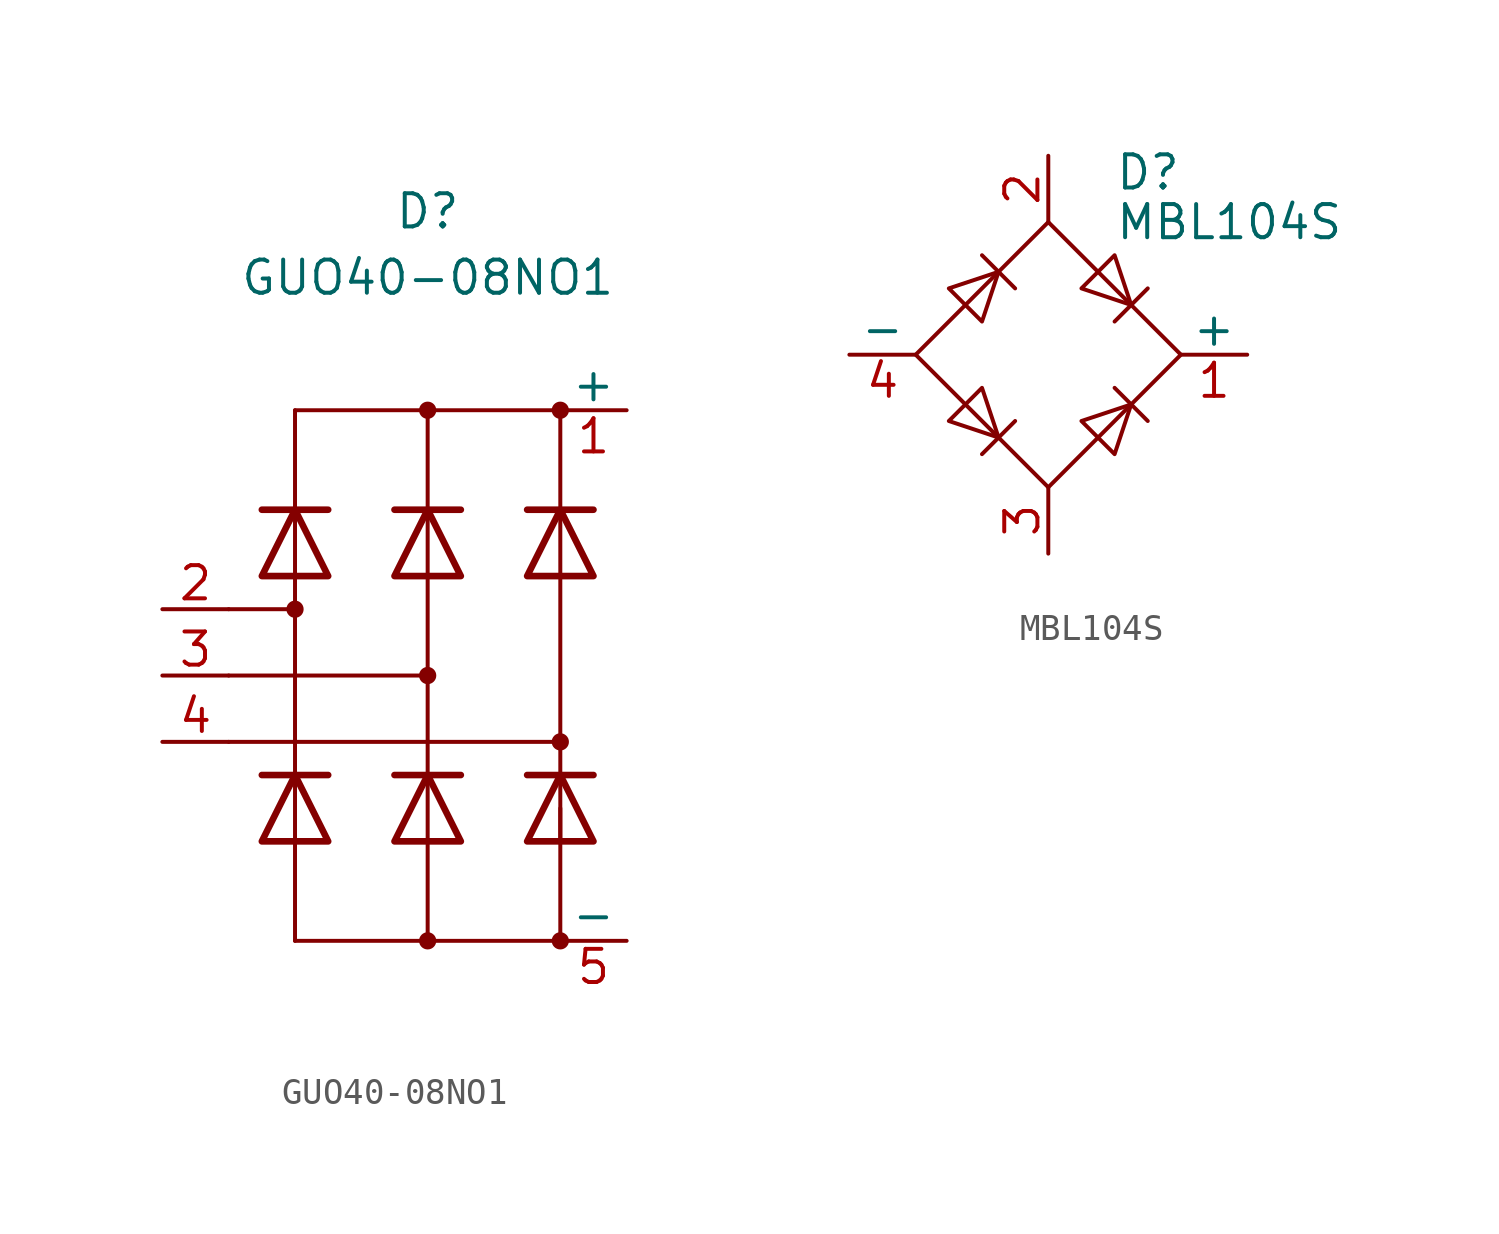
<source format=kicad_sym>
(kicad_symbol_lib
  (version 20201005)
  (generator kicad_symbol_editor)
  (symbol "GUO40-08NO1"
    (pin_names
      (offset 0))
    (property "Reference" "D"
      (at 0 17.78 0)
      (effects (font (size 1.27 1.27))))
    (property "Value" "GUO40-08NO1"
      (at 0 15.24 0)
      (effects (font (size 1.27 1.27))))
    (symbol "GUO40-08NO1_0_1"
      (circle (center -5.08 2.54) (radius 0.254) (stroke (width 0)) (fill (type outline)))
      (circle (center 0 -10.16) (radius 0.254) (stroke (width 0)) (fill (type outline)))
      (circle (center 0 0) (radius 0.254) (stroke (width 0)) (fill (type outline)))
      (circle (center 0 10.16) (radius 0.254) (stroke (width 0)) (fill (type outline)))
      (circle (center 5.08 -10.16) (radius 0.254) (stroke (width 0)) (fill (type outline)))
      (circle (center 5.08 -2.54) (radius 0.254) (stroke (width 0)) (fill (type outline)))
      (circle (center 5.08 10.16) (radius 0.254) (stroke (width 0)) (fill (type outline)))
      (polyline (pts (xy -7.62 -2.54) (xy 5.08 -2.54)) (stroke (width 0)) (fill (type none)))
      (polyline (pts (xy -7.62 0) (xy 0 0)) (stroke (width 0)) (fill (type none)))
      (polyline (pts (xy -7.62 2.54) (xy -5.08 2.54)) (stroke (width 0)) (fill (type none)))
      (polyline (pts (xy -5.08 -10.16) (xy 5.08 -10.16)) (stroke (width 0)) (fill (type none)))
      (polyline (pts (xy -5.08 -6.35) (xy -5.08 -10.16)) (stroke (width 0)) (fill (type none)))
      (polyline (pts (xy -5.08 3.81) (xy -5.08 -3.81)) (stroke (width 0)) (fill (type none)))
      (polyline (pts (xy -5.08 10.16) (xy -5.08 6.35)) (stroke (width 0)) (fill (type none)))
      (polyline (pts (xy -5.08 10.16) (xy 5.08 10.16)) (stroke (width 0)) (fill (type none)))
      (polyline (pts (xy 0 -6.35) (xy 0 -10.16)) (stroke (width 0)) (fill (type none)))
      (polyline (pts (xy 0 3.81) (xy 0 -3.81)) (stroke (width 0)) (fill (type none)))
      (polyline (pts (xy 0 6.35) (xy 0 10.16)) (stroke (width 0)) (fill (type none)))
      (polyline (pts (xy 5.08 -10.16) (xy 5.08 -5.08)) (stroke (width 0)) (fill (type none)))
      (polyline (pts (xy 5.08 3.81) (xy 5.08 -3.81)) (stroke (width 0)) (fill (type none)))
      (polyline (pts (xy 5.08 10.16) (xy 5.08 6.35)) (stroke (width 0)) (fill (type none))))
    (symbol "GUO40-08NO1_1_1"
      (polyline (pts (xy -5.08 -6.35) (xy -5.08 -3.81)) (stroke (width 0)) (fill (type none)))
      (polyline (pts (xy -5.08 3.81) (xy -5.08 6.35)) (stroke (width 0)) (fill (type none)))
      (polyline (pts (xy -3.81 -3.81) (xy -6.35 -3.81)) (stroke (width 0.254)) (fill (type none)))
      (polyline (pts (xy -3.81 6.35) (xy -6.35 6.35)) (stroke (width 0.254)) (fill (type none)))
      (polyline (pts (xy 0 -6.35) (xy 0 -3.81)) (stroke (width 0)) (fill (type none)))
      (polyline (pts (xy 0 3.81) (xy 0 6.35)) (stroke (width 0)) (fill (type none)))
      (polyline (pts (xy 1.27 -3.81) (xy -1.27 -3.81)) (stroke (width 0.254)) (fill (type none)))
      (polyline (pts (xy 1.27 6.35) (xy -1.27 6.35)) (stroke (width 0.254)) (fill (type none)))
      (polyline (pts (xy 5.08 -6.35) (xy 5.08 -3.81)) (stroke (width 0)) (fill (type none)))
      (polyline (pts (xy 5.08 3.81) (xy 5.08 6.35)) (stroke (width 0)) (fill (type none)))
      (polyline (pts (xy 6.35 -3.81) (xy 3.81 -3.81)) (stroke (width 0.254)) (fill (type none)))
      (polyline (pts (xy 6.35 6.35) (xy 3.81 6.35)) (stroke (width 0.254)) (fill (type none)))
      (polyline (pts (xy -3.81 -6.35) (xy -6.35 -6.35) (xy -5.08 -3.81) (xy -3.81 -6.35)) (stroke (width 0.254)) (fill (type none)))
      (polyline (pts (xy -3.81 3.81) (xy -6.35 3.81) (xy -5.08 6.35) (xy -3.81 3.81)) (stroke (width 0.254)) (fill (type none)))
      (polyline (pts (xy 1.27 -6.35) (xy -1.27 -6.35) (xy 0 -3.81) (xy 1.27 -6.35)) (stroke (width 0.254)) (fill (type none)))
      (polyline (pts (xy 1.27 3.81) (xy -1.27 3.81) (xy 0 6.35) (xy 1.27 3.81)) (stroke (width 0.254)) (fill (type none)))
      (polyline (pts (xy 6.35 -6.35) (xy 3.81 -6.35) (xy 5.08 -3.81) (xy 6.35 -6.35)) (stroke (width 0.254)) (fill (type none)))
      (polyline (pts (xy 6.35 3.81) (xy 3.81 3.81) (xy 5.08 6.35) (xy 6.35 3.81)) (stroke (width 0.254)) (fill (type none)))
      (pin passive line (at 7.62 10.16 180) (length 2.54) (name "+" (effects (font (size 1.27 1.27)))) (number "1" (effects (font (size 1.27 1.27)))))
      (pin passive line (at -10.16 2.54 0) (length 2.54) (name "~~" (effects (font (size 1.27 1.27)))) (number "2" (effects (font (size 1.27 1.27)))))
      (pin passive line (at -10.16 0 0) (length 2.54) (name "~~" (effects (font (size 1.27 1.27)))) (number "3" (effects (font (size 1.27 1.27)))))
      (pin passive line (at -10.16 -2.54 0) (length 2.54) (name "~~" (effects (font (size 1.27 1.27)))) (number "4" (effects (font (size 1.27 1.27)))))
      (pin passive line (at 7.62 -10.16 180) (length 2.54) (name "-" (effects (font (size 1.27 1.27)))) (number "5" (effects (font (size 1.27 1.27)))))))
  (symbol "MBL104S"
    (pin_names
      (offset 0))
    (property "Reference" "D"
      (at 2.54 6.985 0)
      (effects (font (size 1.27 1.27)) (justify left)))
    (property "Value" "MBL104S"
      (at 2.54 5.08 0)
      (effects (font (size 1.27 1.27)) (justify left)))
    (symbol "MBL104S_0_1"
      (polyline (pts (xy -2.54 3.81) (xy -1.27 2.54)) (stroke (width 0)) (fill (type none)))
      (polyline (pts (xy -1.27 -2.54) (xy -2.54 -3.81)) (stroke (width 0)) (fill (type none)))
      (polyline (pts (xy 2.54 -1.27) (xy 3.81 -2.54)) (stroke (width 0)) (fill (type none)))
      (polyline (pts (xy 2.54 1.27) (xy 3.81 2.54)) (stroke (width 0)) (fill (type none)))
      (polyline (pts (xy -3.81 2.54) (xy -2.54 1.27) (xy -1.905 3.175) (xy -3.81 2.54)) (stroke (width 0)) (fill (type none)))
      (polyline (pts (xy -2.54 -1.27) (xy -3.81 -2.54) (xy -1.905 -3.175) (xy -2.54 -1.27)) (stroke (width 0)) (fill (type none)))
      (polyline (pts (xy 1.27 2.54) (xy 2.54 3.81) (xy 3.175 1.905) (xy 1.27 2.54)) (stroke (width 0)) (fill (type none)))
      (polyline (pts (xy 3.175 -1.905) (xy 1.27 -2.54) (xy 2.54 -3.81) (xy 3.175 -1.905)) (stroke (width 0)) (fill (type none)))
      (polyline (pts (xy -5.08 0) (xy 0 -5.08) (xy 5.08 0) (xy 0 5.08) (xy -5.08 0)) (stroke (width 0)) (fill (type none))))
    (symbol "MBL104S_1_1"
      (pin passive line (at 7.62 0 180) (length 2.54) (name "+" (effects (font (size 1.27 1.27)))) (number "1" (effects (font (size 1.27 1.27)))))
      (pin passive line (at 0 7.62 270) (length 2.54) (name "~~" (effects (font (size 1.27 1.27)))) (number "2" (effects (font (size 1.27 1.27)))))
      (pin passive line (at 0 -7.62 90) (length 2.54) (name "~~" (effects (font (size 1.27 1.27)))) (number "3" (effects (font (size 1.27 1.27)))))
      (pin passive line (at -7.62 0 0) (length 2.54) (name "-" (effects (font (size 1.27 1.27)))) (number "4" (effects (font (size 1.27 1.27))))))))
</source>
